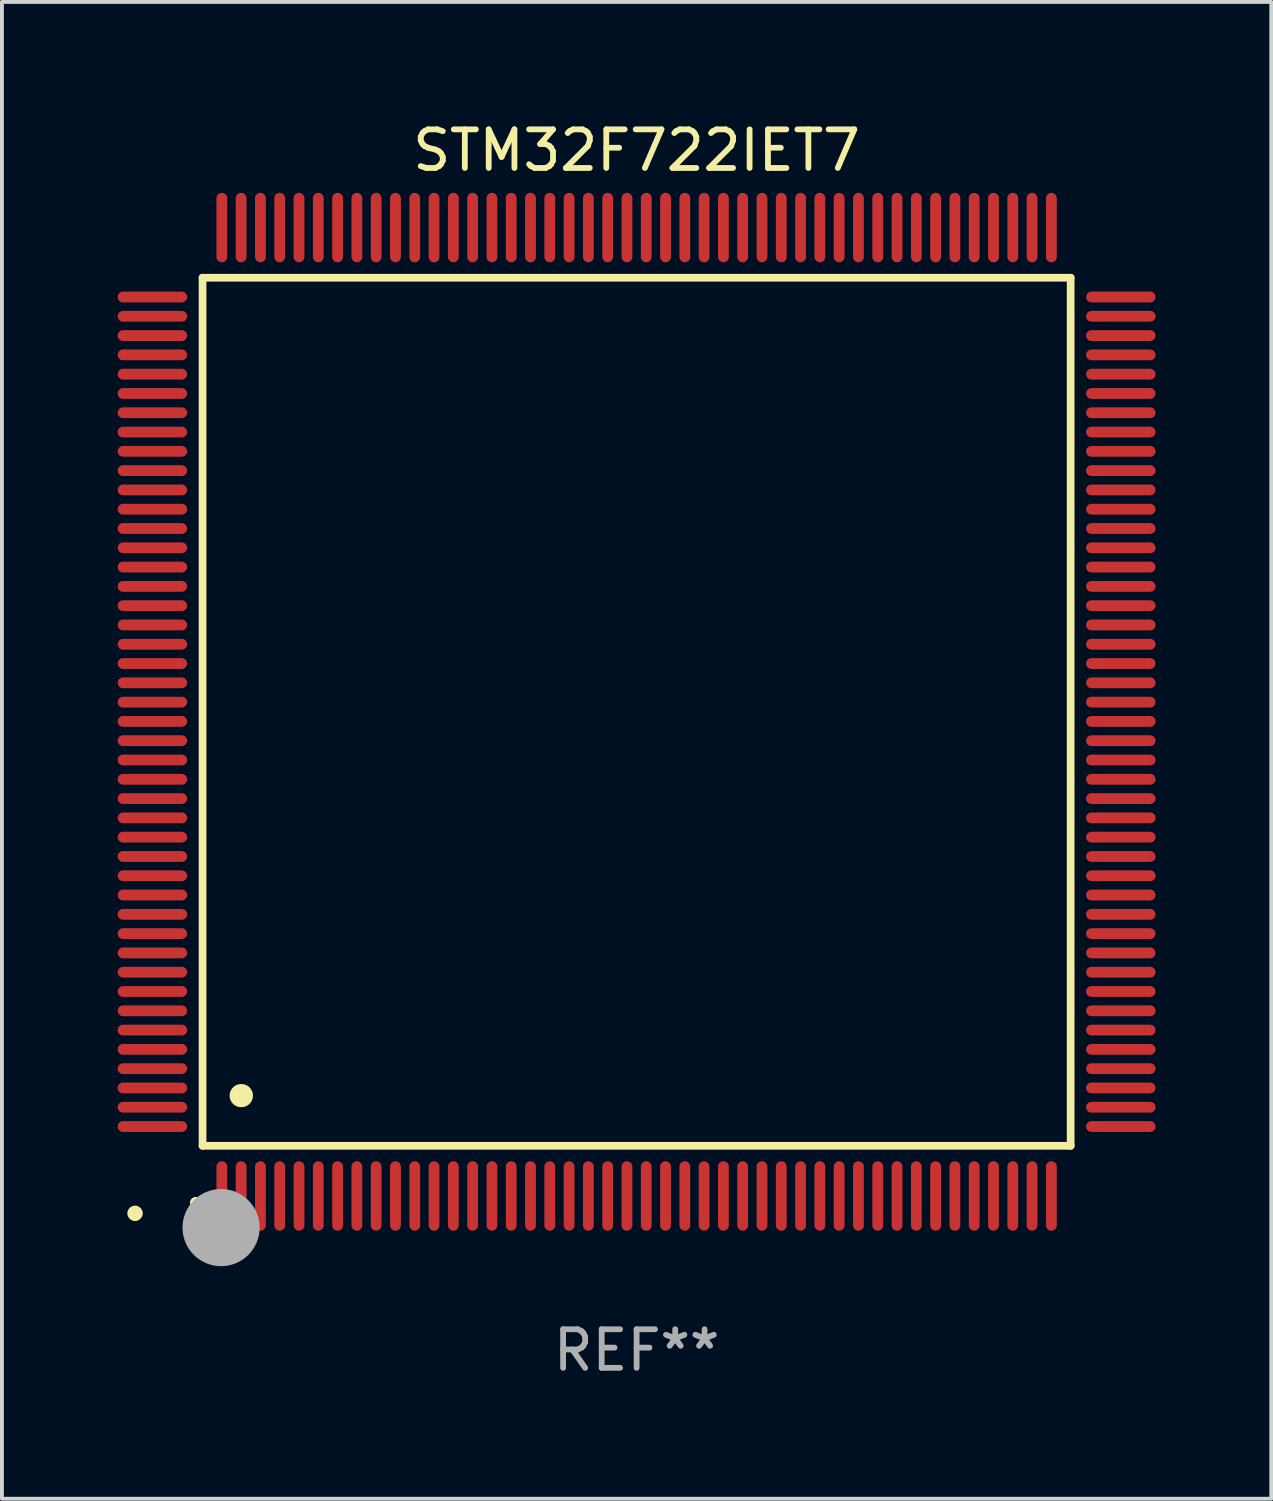
<source format=kicad_pcb>
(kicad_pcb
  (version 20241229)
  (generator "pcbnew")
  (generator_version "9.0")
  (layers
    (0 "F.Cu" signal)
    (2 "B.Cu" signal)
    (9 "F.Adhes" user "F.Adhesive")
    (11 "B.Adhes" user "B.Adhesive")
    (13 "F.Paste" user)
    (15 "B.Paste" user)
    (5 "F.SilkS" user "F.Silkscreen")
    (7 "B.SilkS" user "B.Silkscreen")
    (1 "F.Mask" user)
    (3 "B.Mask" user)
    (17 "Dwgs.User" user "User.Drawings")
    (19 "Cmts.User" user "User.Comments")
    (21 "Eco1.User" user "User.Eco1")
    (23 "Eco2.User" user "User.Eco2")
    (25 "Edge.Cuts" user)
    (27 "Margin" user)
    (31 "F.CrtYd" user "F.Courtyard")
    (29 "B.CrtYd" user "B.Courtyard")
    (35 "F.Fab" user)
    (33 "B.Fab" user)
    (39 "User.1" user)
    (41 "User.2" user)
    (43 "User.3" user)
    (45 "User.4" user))
  (footprint "STM32F722IET7"
    (layer "F.Cu")
    (at 13.45 15.398)
    (property "Reference" "STM32F722IET7" (at 0 -14.55 0) (layer "F.SilkS") (effects (font (size 1 1) (thickness 0.15))))
    (attr through_hole)
    (fp_line (start -11.25 -11.25) (end 11.25 -11.25) (stroke (width 0.2) (type solid)) (layer "F.SilkS"))
    (fp_line (start -11.25 11.25) (end -11.25 -11.25) (stroke (width 0.2) (type solid)) (layer "F.SilkS"))
    (fp_line (start 11.25 -11.25) (end 11.25 11.25) (stroke (width 0.2) (type solid)) (layer "F.SilkS"))
    (fp_line (start 11.25 11.25) (end -11.25 11.25) (stroke (width 0.2) (type solid)) (layer "F.SilkS"))
    (fp_arc (start -11.424943 12.725425) (mid -11.423673 12.72542) (end -11.422403 12.725425) (stroke (width 0.3) (type solid)) (layer "F.SilkS"))
    (fp_arc (start -10.24892 9.9492) (mid -10.24638 9.949189) (end -10.24384 9.9492) (stroke (width 0.6) (type solid)) (layer "F.SilkS"))
    (fp_circle (center -13 13) (end -12.9 13) (stroke (width 0.2) (type solid)) (fill no) (layer "F.SilkS"))
    (fp_circle (center -10.77 13.37) (end -10.27 13.37) (stroke (width 1) (type solid)) (fill no) (layer "F.Fab"))
    (fp_text user "REF**" (at 0 16.55 0) (layer "F.Fab") (effects (font (size 1 1) (thickness 0.15))))
    (pad "1" smd oval (at -10.75 12.55) (size 0.28 1.8) (layers "F.Cu" "F.Mask" "F.Paste"))
    (pad "2" smd oval (at -10.25 12.55) (size 0.28 1.8) (layers "F.Cu" "F.Mask" "F.Paste"))
    (pad "3" smd oval (at -9.75 12.55) (size 0.28 1.8) (layers "F.Cu" "F.Mask" "F.Paste"))
    (pad "4" smd oval (at -9.25 12.55) (size 0.28 1.8) (layers "F.Cu" "F.Mask" "F.Paste"))
    (pad "5" smd oval (at -8.75 12.55) (size 0.28 1.8) (layers "F.Cu" "F.Mask" "F.Paste"))
    (pad "6" smd oval (at -8.25 12.55) (size 0.28 1.8) (layers "F.Cu" "F.Mask" "F.Paste"))
    (pad "7" smd oval (at -7.75 12.55) (size 0.28 1.8) (layers "F.Cu" "F.Mask" "F.Paste"))
    (pad "8" smd oval (at -7.25 12.55) (size 0.28 1.8) (layers "F.Cu" "F.Mask" "F.Paste"))
    (pad "9" smd oval (at -6.75 12.55) (size 0.28 1.8) (layers "F.Cu" "F.Mask" "F.Paste"))
    (pad "10" smd oval (at -6.25 12.55) (size 0.28 1.8) (layers "F.Cu" "F.Mask" "F.Paste"))
    (pad "11" smd oval (at -5.75 12.55) (size 0.28 1.8) (layers "F.Cu" "F.Mask" "F.Paste"))
    (pad "12" smd oval (at -5.25 12.55) (size 0.28 1.8) (layers "F.Cu" "F.Mask" "F.Paste"))
    (pad "13" smd oval (at -4.75 12.55) (size 0.28 1.8) (layers "F.Cu" "F.Mask" "F.Paste"))
    (pad "14" smd oval (at -4.25 12.55) (size 0.28 1.8) (layers "F.Cu" "F.Mask" "F.Paste"))
    (pad "15" smd oval (at -3.75 12.55) (size 0.28 1.8) (layers "F.Cu" "F.Mask" "F.Paste"))
    (pad "16" smd oval (at -3.25 12.55) (size 0.28 1.8) (layers "F.Cu" "F.Mask" "F.Paste"))
    (pad "17" smd oval (at -2.75 12.55) (size 0.28 1.8) (layers "F.Cu" "F.Mask" "F.Paste"))
    (pad "18" smd oval (at -2.25 12.55) (size 0.28 1.8) (layers "F.Cu" "F.Mask" "F.Paste"))
    (pad "19" smd oval (at -1.75 12.55) (size 0.28 1.8) (layers "F.Cu" "F.Mask" "F.Paste"))
    (pad "20" smd oval (at -1.25 12.55) (size 0.28 1.8) (layers "F.Cu" "F.Mask" "F.Paste"))
    (pad "21" smd oval (at -0.75 12.55) (size 0.28 1.8) (layers "F.Cu" "F.Mask" "F.Paste"))
    (pad "22" smd oval (at -0.25 12.55) (size 0.28 1.8) (layers "F.Cu" "F.Mask" "F.Paste"))
    (pad "23" smd oval (at 0.25 12.55) (size 0.28 1.8) (layers "F.Cu" "F.Mask" "F.Paste"))
    (pad "24" smd oval (at 0.75 12.55) (size 0.28 1.8) (layers "F.Cu" "F.Mask" "F.Paste"))
    (pad "25" smd oval (at 1.25 12.55) (size 0.28 1.8) (layers "F.Cu" "F.Mask" "F.Paste"))
    (pad "26" smd oval (at 1.75 12.55) (size 0.28 1.8) (layers "F.Cu" "F.Mask" "F.Paste"))
    (pad "27" smd oval (at 2.25 12.55) (size 0.28 1.8) (layers "F.Cu" "F.Mask" "F.Paste"))
    (pad "28" smd oval (at 2.75 12.55) (size 0.28 1.8) (layers "F.Cu" "F.Mask" "F.Paste"))
    (pad "29" smd oval (at 3.25 12.55) (size 0.28 1.8) (layers "F.Cu" "F.Mask" "F.Paste"))
    (pad "30" smd oval (at 3.75 12.55) (size 0.28 1.8) (layers "F.Cu" "F.Mask" "F.Paste"))
    (pad "31" smd oval (at 4.25 12.55) (size 0.28 1.8) (layers "F.Cu" "F.Mask" "F.Paste"))
    (pad "32" smd oval (at 4.75 12.55) (size 0.28 1.8) (layers "F.Cu" "F.Mask" "F.Paste"))
    (pad "33" smd oval (at 5.25 12.55) (size 0.28 1.8) (layers "F.Cu" "F.Mask" "F.Paste"))
    (pad "34" smd oval (at 5.75 12.55) (size 0.28 1.8) (layers "F.Cu" "F.Mask" "F.Paste"))
    (pad "35" smd oval (at 6.25 12.55) (size 0.28 1.8) (layers "F.Cu" "F.Mask" "F.Paste"))
    (pad "36" smd oval (at 6.75 12.55) (size 0.28 1.8) (layers "F.Cu" "F.Mask" "F.Paste"))
    (pad "37" smd oval (at 7.25 12.55) (size 0.28 1.8) (layers "F.Cu" "F.Mask" "F.Paste"))
    (pad "38" smd oval (at 7.75 12.55) (size 0.28 1.8) (layers "F.Cu" "F.Mask" "F.Paste"))
    (pad "39" smd oval (at 8.25 12.55) (size 0.28 1.8) (layers "F.Cu" "F.Mask" "F.Paste"))
    (pad "40" smd oval (at 8.75 12.55) (size 0.28 1.8) (layers "F.Cu" "F.Mask" "F.Paste"))
    (pad "41" smd oval (at 9.25 12.55) (size 0.28 1.8) (layers "F.Cu" "F.Mask" "F.Paste"))
    (pad "42" smd oval (at 9.75 12.55) (size 0.28 1.8) (layers "F.Cu" "F.Mask" "F.Paste"))
    (pad "43" smd oval (at 10.25 12.55) (size 0.28 1.8) (layers "F.Cu" "F.Mask" "F.Paste"))
    (pad "44" smd oval (at 10.75 12.55) (size 0.28 1.8) (layers "F.Cu" "F.Mask" "F.Paste"))
    (pad "45" smd oval (at 12.55 10.75) (size 1.8 0.28) (layers "F.Cu" "F.Mask" "F.Paste"))
    (pad "46" smd oval (at 12.55 10.25) (size 1.8 0.28) (layers "F.Cu" "F.Mask" "F.Paste"))
    (pad "47" smd oval (at 12.55 9.75) (size 1.8 0.28) (layers "F.Cu" "F.Mask" "F.Paste"))
    (pad "48" smd oval (at 12.55 9.25) (size 1.8 0.28) (layers "F.Cu" "F.Mask" "F.Paste"))
    (pad "49" smd oval (at 12.55 8.75) (size 1.8 0.28) (layers "F.Cu" "F.Mask" "F.Paste"))
    (pad "50" smd oval (at 12.55 8.25) (size 1.8 0.28) (layers "F.Cu" "F.Mask" "F.Paste"))
    (pad "51" smd oval (at 12.55 7.75) (size 1.8 0.28) (layers "F.Cu" "F.Mask" "F.Paste"))
    (pad "52" smd oval (at 12.55 7.25) (size 1.8 0.28) (layers "F.Cu" "F.Mask" "F.Paste"))
    (pad "53" smd oval (at 12.55 6.75) (size 1.8 0.28) (layers "F.Cu" "F.Mask" "F.Paste"))
    (pad "54" smd oval (at 12.55 6.25) (size 1.8 0.28) (layers "F.Cu" "F.Mask" "F.Paste"))
    (pad "55" smd oval (at 12.55 5.75) (size 1.8 0.28) (layers "F.Cu" "F.Mask" "F.Paste"))
    (pad "56" smd oval (at 12.55 5.25) (size 1.8 0.28) (layers "F.Cu" "F.Mask" "F.Paste"))
    (pad "57" smd oval (at 12.55 4.75) (size 1.8 0.28) (layers "F.Cu" "F.Mask" "F.Paste"))
    (pad "58" smd oval (at 12.55 4.25) (size 1.8 0.28) (layers "F.Cu" "F.Mask" "F.Paste"))
    (pad "59" smd oval (at 12.55 3.75) (size 1.8 0.28) (layers "F.Cu" "F.Mask" "F.Paste"))
    (pad "60" smd oval (at 12.55 3.25) (size 1.8 0.28) (layers "F.Cu" "F.Mask" "F.Paste"))
    (pad "61" smd oval (at 12.55 2.75) (size 1.8 0.28) (layers "F.Cu" "F.Mask" "F.Paste"))
    (pad "62" smd oval (at 12.55 2.25) (size 1.8 0.28) (layers "F.Cu" "F.Mask" "F.Paste"))
    (pad "63" smd oval (at 12.55 1.75) (size 1.8 0.28) (layers "F.Cu" "F.Mask" "F.Paste"))
    (pad "64" smd oval (at 12.55 1.25) (size 1.8 0.28) (layers "F.Cu" "F.Mask" "F.Paste"))
    (pad "65" smd oval (at 12.55 0.75) (size 1.8 0.28) (layers "F.Cu" "F.Mask" "F.Paste"))
    (pad "66" smd oval (at 12.55 0.25) (size 1.8 0.28) (layers "F.Cu" "F.Mask" "F.Paste"))
    (pad "67" smd oval (at 12.55 -0.25) (size 1.8 0.28) (layers "F.Cu" "F.Mask" "F.Paste"))
    (pad "68" smd oval (at 12.55 -0.75) (size 1.8 0.28) (layers "F.Cu" "F.Mask" "F.Paste"))
    (pad "69" smd oval (at 12.55 -1.25) (size 1.8 0.28) (layers "F.Cu" "F.Mask" "F.Paste"))
    (pad "70" smd oval (at 12.55 -1.75) (size 1.8 0.28) (layers "F.Cu" "F.Mask" "F.Paste"))
    (pad "71" smd oval (at 12.55 -2.25) (size 1.8 0.28) (layers "F.Cu" "F.Mask" "F.Paste"))
    (pad "72" smd oval (at 12.55 -2.75) (size 1.8 0.28) (layers "F.Cu" "F.Mask" "F.Paste"))
    (pad "73" smd oval (at 12.55 -3.25) (size 1.8 0.28) (layers "F.Cu" "F.Mask" "F.Paste"))
    (pad "74" smd oval (at 12.55 -3.75) (size 1.8 0.28) (layers "F.Cu" "F.Mask" "F.Paste"))
    (pad "75" smd oval (at 12.55 -4.25) (size 1.8 0.28) (layers "F.Cu" "F.Mask" "F.Paste"))
    (pad "76" smd oval (at 12.55 -4.75) (size 1.8 0.28) (layers "F.Cu" "F.Mask" "F.Paste"))
    (pad "77" smd oval (at 12.55 -5.25) (size 1.8 0.28) (layers "F.Cu" "F.Mask" "F.Paste"))
    (pad "78" smd oval (at 12.55 -5.75) (size 1.8 0.28) (layers "F.Cu" "F.Mask" "F.Paste"))
    (pad "79" smd oval (at 12.55 -6.25) (size 1.8 0.28) (layers "F.Cu" "F.Mask" "F.Paste"))
    (pad "80" smd oval (at 12.55 -6.75) (size 1.8 0.28) (layers "F.Cu" "F.Mask" "F.Paste"))
    (pad "81" smd oval (at 12.55 -7.25) (size 1.8 0.28) (layers "F.Cu" "F.Mask" "F.Paste"))
    (pad "82" smd oval (at 12.55 -7.75) (size 1.8 0.28) (layers "F.Cu" "F.Mask" "F.Paste"))
    (pad "83" smd oval (at 12.55 -8.25) (size 1.8 0.28) (layers "F.Cu" "F.Mask" "F.Paste"))
    (pad "84" smd oval (at 12.55 -8.75) (size 1.8 0.28) (layers "F.Cu" "F.Mask" "F.Paste"))
    (pad "85" smd oval (at 12.55 -9.25) (size 1.8 0.28) (layers "F.Cu" "F.Mask" "F.Paste"))
    (pad "86" smd oval (at 12.55 -9.75) (size 1.8 0.28) (layers "F.Cu" "F.Mask" "F.Paste"))
    (pad "87" smd oval (at 12.55 -10.25) (size 1.8 0.28) (layers "F.Cu" "F.Mask" "F.Paste"))
    (pad "88" smd oval (at 12.55 -10.75) (size 1.8 0.28) (layers "F.Cu" "F.Mask" "F.Paste"))
    (pad "89" smd oval (at 10.75 -12.55) (size 0.28 1.8) (layers "F.Cu" "F.Mask" "F.Paste"))
    (pad "90" smd oval (at 10.25 -12.55) (size 0.28 1.8) (layers "F.Cu" "F.Mask" "F.Paste"))
    (pad "91" smd oval (at 9.75 -12.55) (size 0.28 1.8) (layers "F.Cu" "F.Mask" "F.Paste"))
    (pad "92" smd oval (at 9.25 -12.55) (size 0.28 1.8) (layers "F.Cu" "F.Mask" "F.Paste"))
    (pad "93" smd oval (at 8.75 -12.55) (size 0.28 1.8) (layers "F.Cu" "F.Mask" "F.Paste"))
    (pad "94" smd oval (at 8.25 -12.55) (size 0.28 1.8) (layers "F.Cu" "F.Mask" "F.Paste"))
    (pad "95" smd oval (at 7.75 -12.55) (size 0.28 1.8) (layers "F.Cu" "F.Mask" "F.Paste"))
    (pad "96" smd oval (at 7.25 -12.55) (size 0.28 1.8) (layers "F.Cu" "F.Mask" "F.Paste"))
    (pad "97" smd oval (at 6.75 -12.55) (size 0.28 1.8) (layers "F.Cu" "F.Mask" "F.Paste"))
    (pad "98" smd oval (at 6.25 -12.55) (size 0.28 1.8) (layers "F.Cu" "F.Mask" "F.Paste"))
    (pad "99" smd oval (at 5.75 -12.55) (size 0.28 1.8) (layers "F.Cu" "F.Mask" "F.Paste"))
    (pad "100" smd oval (at 5.25 -12.55) (size 0.28 1.8) (layers "F.Cu" "F.Mask" "F.Paste"))
    (pad "101" smd oval (at 4.75 -12.55) (size 0.28 1.8) (layers "F.Cu" "F.Mask" "F.Paste"))
    (pad "102" smd oval (at 4.25 -12.55) (size 0.28 1.8) (layers "F.Cu" "F.Mask" "F.Paste"))
    (pad "103" smd oval (at 3.75 -12.55) (size 0.28 1.8) (layers "F.Cu" "F.Mask" "F.Paste"))
    (pad "104" smd oval (at 3.25 -12.55) (size 0.28 1.8) (layers "F.Cu" "F.Mask" "F.Paste"))
    (pad "105" smd oval (at 2.75 -12.55) (size 0.28 1.8) (layers "F.Cu" "F.Mask" "F.Paste"))
    (pad "106" smd oval (at 2.25 -12.55) (size 0.28 1.8) (layers "F.Cu" "F.Mask" "F.Paste"))
    (pad "107" smd oval (at 1.75 -12.55) (size 0.28 1.8) (layers "F.Cu" "F.Mask" "F.Paste"))
    (pad "108" smd oval (at 1.25 -12.55) (size 0.28 1.8) (layers "F.Cu" "F.Mask" "F.Paste"))
    (pad "109" smd oval (at 0.75 -12.55) (size 0.28 1.8) (layers "F.Cu" "F.Mask" "F.Paste"))
    (pad "110" smd oval (at 0.25 -12.55) (size 0.28 1.8) (layers "F.Cu" "F.Mask" "F.Paste"))
    (pad "111" smd oval (at -0.25 -12.55) (size 0.28 1.8) (layers "F.Cu" "F.Mask" "F.Paste"))
    (pad "112" smd oval (at -0.75 -12.55) (size 0.28 1.8) (layers "F.Cu" "F.Mask" "F.Paste"))
    (pad "113" smd oval (at -1.25 -12.55) (size 0.28 1.8) (layers "F.Cu" "F.Mask" "F.Paste"))
    (pad "114" smd oval (at -1.75 -12.55) (size 0.28 1.8) (layers "F.Cu" "F.Mask" "F.Paste"))
    (pad "115" smd oval (at -2.25 -12.55) (size 0.28 1.8) (layers "F.Cu" "F.Mask" "F.Paste"))
    (pad "116" smd oval (at -2.75 -12.55) (size 0.28 1.8) (layers "F.Cu" "F.Mask" "F.Paste"))
    (pad "117" smd oval (at -3.25 -12.55) (size 0.28 1.8) (layers "F.Cu" "F.Mask" "F.Paste"))
    (pad "118" smd oval (at -3.75 -12.55) (size 0.28 1.8) (layers "F.Cu" "F.Mask" "F.Paste"))
    (pad "119" smd oval (at -4.25 -12.55) (size 0.28 1.8) (layers "F.Cu" "F.Mask" "F.Paste"))
    (pad "120" smd oval (at -4.75 -12.55) (size 0.28 1.8) (layers "F.Cu" "F.Mask" "F.Paste"))
    (pad "121" smd oval (at -5.25 -12.55) (size 0.28 1.8) (layers "F.Cu" "F.Mask" "F.Paste"))
    (pad "122" smd oval (at -5.75 -12.55) (size 0.28 1.8) (layers "F.Cu" "F.Mask" "F.Paste"))
    (pad "123" smd oval (at -6.25 -12.55) (size 0.28 1.8) (layers "F.Cu" "F.Mask" "F.Paste"))
    (pad "124" smd oval (at -6.75 -12.55) (size 0.28 1.8) (layers "F.Cu" "F.Mask" "F.Paste"))
    (pad "125" smd oval (at -7.25 -12.55) (size 0.28 1.8) (layers "F.Cu" "F.Mask" "F.Paste"))
    (pad "126" smd oval (at -7.75 -12.55) (size 0.28 1.8) (layers "F.Cu" "F.Mask" "F.Paste"))
    (pad "127" smd oval (at -8.25 -12.55) (size 0.28 1.8) (layers "F.Cu" "F.Mask" "F.Paste"))
    (pad "128" smd oval (at -8.75 -12.55) (size 0.28 1.8) (layers "F.Cu" "F.Mask" "F.Paste"))
    (pad "129" smd oval (at -9.25 -12.55) (size 0.28 1.8) (layers "F.Cu" "F.Mask" "F.Paste"))
    (pad "130" smd oval (at -9.75 -12.55) (size 0.28 1.8) (layers "F.Cu" "F.Mask" "F.Paste"))
    (pad "131" smd oval (at -10.25 -12.55) (size 0.28 1.8) (layers "F.Cu" "F.Mask" "F.Paste"))
    (pad "132" smd oval (at -10.75 -12.55) (size 0.28 1.8) (layers "F.Cu" "F.Mask" "F.Paste"))
    (pad "133" smd oval (at -12.55 -10.75) (size 1.8 0.28) (layers "F.Cu" "F.Mask" "F.Paste"))
    (pad "134" smd oval (at -12.55 -10.25) (size 1.8 0.28) (layers "F.Cu" "F.Mask" "F.Paste"))
    (pad "135" smd oval (at -12.55 -9.75) (size 1.8 0.28) (layers "F.Cu" "F.Mask" "F.Paste"))
    (pad "136" smd oval (at -12.55 -9.25) (size 1.8 0.28) (layers "F.Cu" "F.Mask" "F.Paste"))
    (pad "137" smd oval (at -12.55 -8.75) (size 1.8 0.28) (layers "F.Cu" "F.Mask" "F.Paste"))
    (pad "138" smd oval (at -12.55 -8.25) (size 1.8 0.28) (layers "F.Cu" "F.Mask" "F.Paste"))
    (pad "139" smd oval (at -12.55 -7.75) (size 1.8 0.28) (layers "F.Cu" "F.Mask" "F.Paste"))
    (pad "140" smd oval (at -12.55 -7.25) (size 1.8 0.28) (layers "F.Cu" "F.Mask" "F.Paste"))
    (pad "141" smd oval (at -12.55 -6.75) (size 1.8 0.28) (layers "F.Cu" "F.Mask" "F.Paste"))
    (pad "142" smd oval (at -12.55 -6.25) (size 1.8 0.28) (layers "F.Cu" "F.Mask" "F.Paste"))
    (pad "143" smd oval (at -12.55 -5.75) (size 1.8 0.28) (layers "F.Cu" "F.Mask" "F.Paste"))
    (pad "144" smd oval (at -12.55 -5.25) (size 1.8 0.28) (layers "F.Cu" "F.Mask" "F.Paste"))
    (pad "145" smd oval (at -12.55 -4.75) (size 1.8 0.28) (layers "F.Cu" "F.Mask" "F.Paste"))
    (pad "146" smd oval (at -12.55 -4.25) (size 1.8 0.28) (layers "F.Cu" "F.Mask" "F.Paste"))
    (pad "147" smd oval (at -12.55 -3.75) (size 1.8 0.28) (layers "F.Cu" "F.Mask" "F.Paste"))
    (pad "148" smd oval (at -12.55 -3.25) (size 1.8 0.28) (layers "F.Cu" "F.Mask" "F.Paste"))
    (pad "149" smd oval (at -12.55 -2.75) (size 1.8 0.28) (layers "F.Cu" "F.Mask" "F.Paste"))
    (pad "150" smd oval (at -12.55 -2.25) (size 1.8 0.28) (layers "F.Cu" "F.Mask" "F.Paste"))
    (pad "151" smd oval (at -12.55 -1.75) (size 1.8 0.28) (layers "F.Cu" "F.Mask" "F.Paste"))
    (pad "152" smd oval (at -12.55 -1.25) (size 1.8 0.28) (layers "F.Cu" "F.Mask" "F.Paste"))
    (pad "153" smd oval (at -12.55 -0.75) (size 1.8 0.28) (layers "F.Cu" "F.Mask" "F.Paste"))
    (pad "154" smd oval (at -12.55 -0.25) (size 1.8 0.28) (layers "F.Cu" "F.Mask" "F.Paste"))
    (pad "155" smd oval (at -12.55 0.25) (size 1.8 0.28) (layers "F.Cu" "F.Mask" "F.Paste"))
    (pad "156" smd oval (at -12.55 0.75) (size 1.8 0.28) (layers "F.Cu" "F.Mask" "F.Paste"))
    (pad "157" smd oval (at -12.55 1.25) (size 1.8 0.28) (layers "F.Cu" "F.Mask" "F.Paste"))
    (pad "158" smd oval (at -12.55 1.75) (size 1.8 0.28) (layers "F.Cu" "F.Mask" "F.Paste"))
    (pad "159" smd oval (at -12.55 2.25) (size 1.8 0.28) (layers "F.Cu" "F.Mask" "F.Paste"))
    (pad "160" smd oval (at -12.55 2.75) (size 1.8 0.28) (layers "F.Cu" "F.Mask" "F.Paste"))
    (pad "161" smd oval (at -12.55 3.25) (size 1.8 0.28) (layers "F.Cu" "F.Mask" "F.Paste"))
    (pad "162" smd oval (at -12.55 3.75) (size 1.8 0.28) (layers "F.Cu" "F.Mask" "F.Paste"))
    (pad "163" smd oval (at -12.55 4.25) (size 1.8 0.28) (layers "F.Cu" "F.Mask" "F.Paste"))
    (pad "164" smd oval (at -12.55 4.75) (size 1.8 0.28) (layers "F.Cu" "F.Mask" "F.Paste"))
    (pad "165" smd oval (at -12.55 5.25) (size 1.8 0.28) (layers "F.Cu" "F.Mask" "F.Paste"))
    (pad "166" smd oval (at -12.55 5.75) (size 1.8 0.28) (layers "F.Cu" "F.Mask" "F.Paste"))
    (pad "167" smd oval (at -12.55 6.25) (size 1.8 0.28) (layers "F.Cu" "F.Mask" "F.Paste"))
    (pad "168" smd oval (at -12.55 6.75) (size 1.8 0.28) (layers "F.Cu" "F.Mask" "F.Paste"))
    (pad "169" smd oval (at -12.55 7.25) (size 1.8 0.28) (layers "F.Cu" "F.Mask" "F.Paste"))
    (pad "170" smd oval (at -12.55 7.75) (size 1.8 0.28) (layers "F.Cu" "F.Mask" "F.Paste"))
    (pad "171" smd oval (at -12.55 8.25) (size 1.8 0.28) (layers "F.Cu" "F.Mask" "F.Paste"))
    (pad "172" smd oval (at -12.55 8.75) (size 1.8 0.28) (layers "F.Cu" "F.Mask" "F.Paste"))
    (pad "173" smd oval (at -12.55 9.25) (size 1.8 0.28) (layers "F.Cu" "F.Mask" "F.Paste"))
    (pad "174" smd oval (at -12.55 9.75) (size 1.8 0.28) (layers "F.Cu" "F.Mask" "F.Paste"))
    (pad "175" smd oval (at -12.55 10.25) (size 1.8 0.28) (layers "F.Cu" "F.Mask" "F.Paste"))
    (pad "176" smd oval (at -12.55 10.75) (size 1.8 0.28) (layers "F.Cu" "F.Mask" "F.Paste")))
  (gr_rect
    (start -3 -3)
    (end 29.9 35.796)
    (stroke (width 0.1) (type default))
    (fill no)
    (layer "Edge.Cuts")))
</source>
